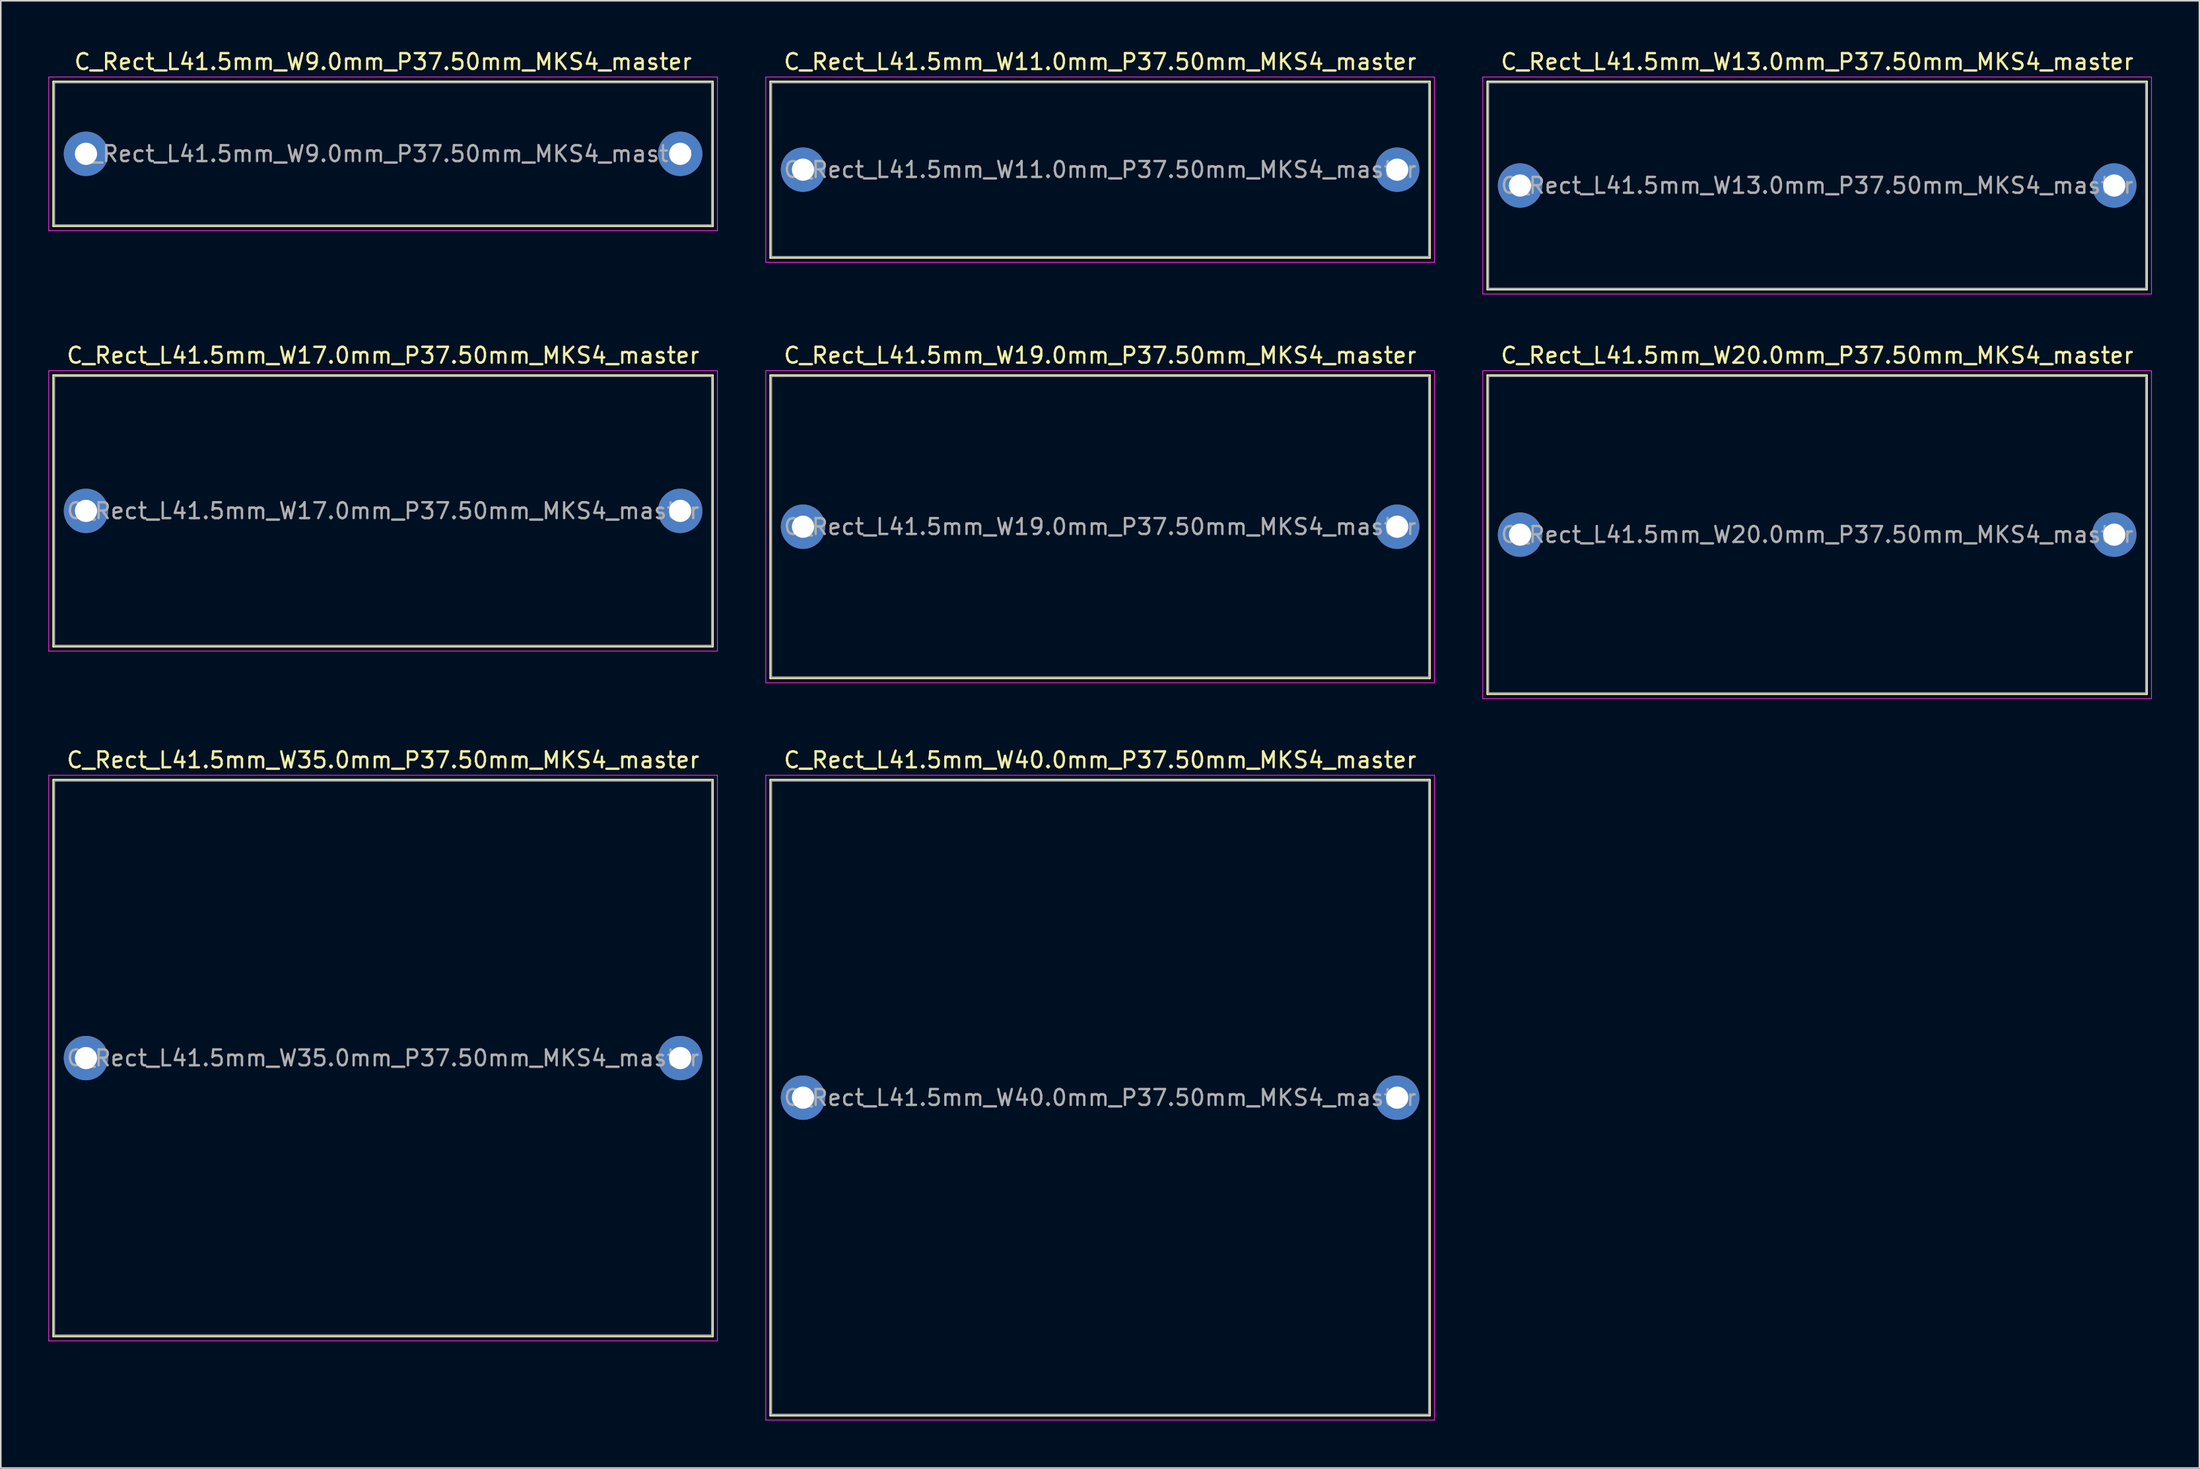
<source format=kicad_pcb>
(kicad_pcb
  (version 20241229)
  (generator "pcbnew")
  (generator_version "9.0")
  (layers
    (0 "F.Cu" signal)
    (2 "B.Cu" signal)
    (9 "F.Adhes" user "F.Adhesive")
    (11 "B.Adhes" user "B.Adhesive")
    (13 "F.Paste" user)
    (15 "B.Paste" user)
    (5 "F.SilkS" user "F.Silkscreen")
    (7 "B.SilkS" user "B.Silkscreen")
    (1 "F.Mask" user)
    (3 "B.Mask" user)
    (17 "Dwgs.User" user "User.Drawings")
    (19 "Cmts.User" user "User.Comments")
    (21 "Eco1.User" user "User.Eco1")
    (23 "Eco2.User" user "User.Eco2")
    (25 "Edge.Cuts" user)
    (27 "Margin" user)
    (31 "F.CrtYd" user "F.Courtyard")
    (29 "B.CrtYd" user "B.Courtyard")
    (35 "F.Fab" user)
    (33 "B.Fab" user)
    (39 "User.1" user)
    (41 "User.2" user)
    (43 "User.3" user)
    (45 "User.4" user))
  (footprint "C_Rect_L41.5mm_W35.0mm_P37.50mm_MKS4_master"
    (layer "F.Cu")
    (at 2.375 63.725)
    (property "Reference" "C_Rect_L41.5mm_W35.0mm_P37.50mm_MKS4_master" (at 18.75 -18.81 0) (layer "F.SilkS") (effects (font (size 1 1) (thickness 0.15))))
    (attr through_hole)
    (fp_line (start -2.06 -17.56) (end -2.06 17.56) (stroke (width 0.12) (type solid)) (layer "F.SilkS"))
    (fp_line (start -2.06 -17.56) (end 39.56 -17.56) (stroke (width 0.12) (type solid)) (layer "F.SilkS"))
    (fp_line (start -2.06 17.56) (end 39.56 17.56) (stroke (width 0.12) (type solid)) (layer "F.SilkS"))
    (fp_line (start 39.56 -17.56) (end 39.56 17.56) (stroke (width 0.12) (type solid)) (layer "F.SilkS"))
    (fp_line (start -2.35 -17.85) (end -2.35 17.85) (stroke (width 0.05) (type solid)) (layer "F.CrtYd"))
    (fp_line (start -2.35 17.85) (end 39.85 17.85) (stroke (width 0.05) (type solid)) (layer "F.CrtYd"))
    (fp_line (start 39.85 -17.85) (end -2.35 -17.85) (stroke (width 0.05) (type solid)) (layer "F.CrtYd"))
    (fp_line (start 39.85 17.85) (end 39.85 -17.85) (stroke (width 0.05) (type solid)) (layer "F.CrtYd"))
    (fp_line (start -2 -17.5) (end -2 17.5) (stroke (width 0.1) (type solid)) (layer "F.Fab"))
    (fp_line (start -2 17.5) (end 39.5 17.5) (stroke (width 0.1) (type solid)) (layer "F.Fab"))
    (fp_line (start 39.5 -17.5) (end -2 -17.5) (stroke (width 0.1) (type solid)) (layer "F.Fab"))
    (fp_line (start 39.5 17.5) (end 39.5 -17.5) (stroke (width 0.1) (type solid)) (layer "F.Fab"))
    (fp_text user "${REFERENCE}" (at 18.75 0 0) (layer "F.Fab") (effects (font (size 1 1) (thickness 0.15))))
    (pad "1" thru_hole circle (at 0 0) (size 2.8 2.8) (drill 1.4) (layers "*.Cu" "*.Mask"))
    (pad "2" thru_hole circle (at 37.5 0) (size 2.8 2.8) (drill 1.4) (layers "*.Cu" "*.Mask")))
  (footprint "C_Rect_L41.5mm_W19.0mm_P37.50mm_MKS4_master"
    (layer "F.Cu")
    (at 47.625 30.192)
    (property "Reference" "C_Rect_L41.5mm_W19.0mm_P37.50mm_MKS4_master" (at 18.75 -10.81 0) (layer "F.SilkS") (effects (font (size 1 1) (thickness 0.15))))
    (attr through_hole)
    (fp_line (start -2.06 -9.56) (end -2.06 9.56) (stroke (width 0.12) (type solid)) (layer "F.SilkS"))
    (fp_line (start -2.06 -9.56) (end 39.56 -9.56) (stroke (width 0.12) (type solid)) (layer "F.SilkS"))
    (fp_line (start -2.06 9.56) (end 39.56 9.56) (stroke (width 0.12) (type solid)) (layer "F.SilkS"))
    (fp_line (start 39.56 -9.56) (end 39.56 9.56) (stroke (width 0.12) (type solid)) (layer "F.SilkS"))
    (fp_line (start -2.35 -9.85) (end -2.35 9.85) (stroke (width 0.05) (type solid)) (layer "F.CrtYd"))
    (fp_line (start -2.35 9.85) (end 39.85 9.85) (stroke (width 0.05) (type solid)) (layer "F.CrtYd"))
    (fp_line (start 39.85 -9.85) (end -2.35 -9.85) (stroke (width 0.05) (type solid)) (layer "F.CrtYd"))
    (fp_line (start 39.85 9.85) (end 39.85 -9.85) (stroke (width 0.05) (type solid)) (layer "F.CrtYd"))
    (fp_line (start -2 -9.5) (end -2 9.5) (stroke (width 0.1) (type solid)) (layer "F.Fab"))
    (fp_line (start -2 9.5) (end 39.5 9.5) (stroke (width 0.1) (type solid)) (layer "F.Fab"))
    (fp_line (start 39.5 -9.5) (end -2 -9.5) (stroke (width 0.1) (type solid)) (layer "F.Fab"))
    (fp_line (start 39.5 9.5) (end 39.5 -9.5) (stroke (width 0.1) (type solid)) (layer "F.Fab"))
    (fp_text user "${REFERENCE}" (at 18.75 0 0) (layer "F.Fab") (effects (font (size 1 1) (thickness 0.15))))
    (pad "1" thru_hole circle (at 0 0) (size 2.8 2.8) (drill 1.4) (layers "*.Cu" "*.Mask"))
    (pad "2" thru_hole circle (at 37.5 0) (size 2.8 2.8) (drill 1.4) (layers "*.Cu" "*.Mask")))
  (footprint "C_Rect_L41.5mm_W17.0mm_P37.50mm_MKS4_master"
    (layer "F.Cu")
    (at 2.375 29.192)
    (property "Reference" "C_Rect_L41.5mm_W17.0mm_P37.50mm_MKS4_master" (at 18.75 -9.81 0) (layer "F.SilkS") (effects (font (size 1 1) (thickness 0.15))))
    (attr through_hole)
    (fp_line (start -2.06 -8.56) (end -2.06 8.56) (stroke (width 0.12) (type solid)) (layer "F.SilkS"))
    (fp_line (start -2.06 -8.56) (end 39.56 -8.56) (stroke (width 0.12) (type solid)) (layer "F.SilkS"))
    (fp_line (start -2.06 8.56) (end 39.56 8.56) (stroke (width 0.12) (type solid)) (layer "F.SilkS"))
    (fp_line (start 39.56 -8.56) (end 39.56 8.56) (stroke (width 0.12) (type solid)) (layer "F.SilkS"))
    (fp_line (start -2.35 -8.85) (end -2.35 8.85) (stroke (width 0.05) (type solid)) (layer "F.CrtYd"))
    (fp_line (start -2.35 8.85) (end 39.85 8.85) (stroke (width 0.05) (type solid)) (layer "F.CrtYd"))
    (fp_line (start 39.85 -8.85) (end -2.35 -8.85) (stroke (width 0.05) (type solid)) (layer "F.CrtYd"))
    (fp_line (start 39.85 8.85) (end 39.85 -8.85) (stroke (width 0.05) (type solid)) (layer "F.CrtYd"))
    (fp_line (start -2 -8.5) (end -2 8.5) (stroke (width 0.1) (type solid)) (layer "F.Fab"))
    (fp_line (start -2 8.5) (end 39.5 8.5) (stroke (width 0.1) (type solid)) (layer "F.Fab"))
    (fp_line (start 39.5 -8.5) (end -2 -8.5) (stroke (width 0.1) (type solid)) (layer "F.Fab"))
    (fp_line (start 39.5 8.5) (end 39.5 -8.5) (stroke (width 0.1) (type solid)) (layer "F.Fab"))
    (fp_text user "${REFERENCE}" (at 18.75 0 0) (layer "F.Fab") (effects (font (size 1 1) (thickness 0.15))))
    (pad "1" thru_hole circle (at 0 0) (size 2.8 2.8) (drill 1.4) (layers "*.Cu" "*.Mask"))
    (pad "2" thru_hole circle (at 37.5 0) (size 2.8 2.8) (drill 1.4) (layers "*.Cu" "*.Mask")))
  (footprint "C_Rect_L41.5mm_W13.0mm_P37.50mm_MKS4_master"
    (layer "F.Cu")
    (at 92.875 8.658)
    (property "Reference" "C_Rect_L41.5mm_W13.0mm_P37.50mm_MKS4_master" (at 18.75 -7.81 0) (layer "F.SilkS") (effects (font (size 1 1) (thickness 0.15))))
    (attr through_hole)
    (fp_line (start -2.06 -6.56) (end -2.06 6.56) (stroke (width 0.12) (type solid)) (layer "F.SilkS"))
    (fp_line (start -2.06 -6.56) (end 39.56 -6.56) (stroke (width 0.12) (type solid)) (layer "F.SilkS"))
    (fp_line (start -2.06 6.56) (end 39.56 6.56) (stroke (width 0.12) (type solid)) (layer "F.SilkS"))
    (fp_line (start 39.56 -6.56) (end 39.56 6.56) (stroke (width 0.12) (type solid)) (layer "F.SilkS"))
    (fp_line (start -2.35 -6.85) (end -2.35 6.85) (stroke (width 0.05) (type solid)) (layer "F.CrtYd"))
    (fp_line (start -2.35 6.85) (end 39.85 6.85) (stroke (width 0.05) (type solid)) (layer "F.CrtYd"))
    (fp_line (start 39.85 -6.85) (end -2.35 -6.85) (stroke (width 0.05) (type solid)) (layer "F.CrtYd"))
    (fp_line (start 39.85 6.85) (end 39.85 -6.85) (stroke (width 0.05) (type solid)) (layer "F.CrtYd"))
    (fp_line (start -2 -6.5) (end -2 6.5) (stroke (width 0.1) (type solid)) (layer "F.Fab"))
    (fp_line (start -2 6.5) (end 39.5 6.5) (stroke (width 0.1) (type solid)) (layer "F.Fab"))
    (fp_line (start 39.5 -6.5) (end -2 -6.5) (stroke (width 0.1) (type solid)) (layer "F.Fab"))
    (fp_line (start 39.5 6.5) (end 39.5 -6.5) (stroke (width 0.1) (type solid)) (layer "F.Fab"))
    (fp_text user "${REFERENCE}" (at 18.75 0 0) (layer "F.Fab") (effects (font (size 1 1) (thickness 0.15))))
    (pad "1" thru_hole circle (at 0 0) (size 2.8 2.8) (drill 1.4) (layers "*.Cu" "*.Mask"))
    (pad "2" thru_hole circle (at 37.5 0) (size 2.8 2.8) (drill 1.4) (layers "*.Cu" "*.Mask")))
  (footprint "C_Rect_L41.5mm_W20.0mm_P37.50mm_MKS4_master"
    (layer "F.Cu")
    (at 92.875 30.692)
    (property "Reference" "C_Rect_L41.5mm_W20.0mm_P37.50mm_MKS4_master" (at 18.75 -11.31 0) (layer "F.SilkS") (effects (font (size 1 1) (thickness 0.15))))
    (attr through_hole)
    (fp_line (start -2.06 -10.06) (end -2.06 10.06) (stroke (width 0.12) (type solid)) (layer "F.SilkS"))
    (fp_line (start -2.06 -10.06) (end 39.56 -10.06) (stroke (width 0.12) (type solid)) (layer "F.SilkS"))
    (fp_line (start -2.06 10.06) (end 39.56 10.06) (stroke (width 0.12) (type solid)) (layer "F.SilkS"))
    (fp_line (start 39.56 -10.06) (end 39.56 10.06) (stroke (width 0.12) (type solid)) (layer "F.SilkS"))
    (fp_line (start -2.35 -10.35) (end -2.35 10.35) (stroke (width 0.05) (type solid)) (layer "F.CrtYd"))
    (fp_line (start -2.35 10.35) (end 39.85 10.35) (stroke (width 0.05) (type solid)) (layer "F.CrtYd"))
    (fp_line (start 39.85 -10.35) (end -2.35 -10.35) (stroke (width 0.05) (type solid)) (layer "F.CrtYd"))
    (fp_line (start 39.85 10.35) (end 39.85 -10.35) (stroke (width 0.05) (type solid)) (layer "F.CrtYd"))
    (fp_line (start -2 -10) (end -2 10) (stroke (width 0.1) (type solid)) (layer "F.Fab"))
    (fp_line (start -2 10) (end 39.5 10) (stroke (width 0.1) (type solid)) (layer "F.Fab"))
    (fp_line (start 39.5 -10) (end -2 -10) (stroke (width 0.1) (type solid)) (layer "F.Fab"))
    (fp_line (start 39.5 10) (end 39.5 -10) (stroke (width 0.1) (type solid)) (layer "F.Fab"))
    (fp_text user "${REFERENCE}" (at 18.75 0 0) (layer "F.Fab") (effects (font (size 1 1) (thickness 0.15))))
    (pad "1" thru_hole circle (at 0 0) (size 2.8 2.8) (drill 1.4) (layers "*.Cu" "*.Mask"))
    (pad "2" thru_hole circle (at 37.5 0) (size 2.8 2.8) (drill 1.4) (layers "*.Cu" "*.Mask")))
  (footprint "C_Rect_L41.5mm_W9.0mm_P37.50mm_MKS4_master"
    (layer "F.Cu")
    (at 2.375 6.658)
    (property "Reference" "C_Rect_L41.5mm_W9.0mm_P37.50mm_MKS4_master" (at 18.75 -5.81 0) (layer "F.SilkS") (effects (font (size 1 1) (thickness 0.15))))
    (attr through_hole)
    (fp_line (start -2.06 -4.56) (end -2.06 4.56) (stroke (width 0.12) (type solid)) (layer "F.SilkS"))
    (fp_line (start -2.06 -4.56) (end 39.56 -4.56) (stroke (width 0.12) (type solid)) (layer "F.SilkS"))
    (fp_line (start -2.06 4.56) (end 39.56 4.56) (stroke (width 0.12) (type solid)) (layer "F.SilkS"))
    (fp_line (start 39.56 -4.56) (end 39.56 4.56) (stroke (width 0.12) (type solid)) (layer "F.SilkS"))
    (fp_line (start -2.35 -4.85) (end -2.35 4.85) (stroke (width 0.05) (type solid)) (layer "F.CrtYd"))
    (fp_line (start -2.35 4.85) (end 39.85 4.85) (stroke (width 0.05) (type solid)) (layer "F.CrtYd"))
    (fp_line (start 39.85 -4.85) (end -2.35 -4.85) (stroke (width 0.05) (type solid)) (layer "F.CrtYd"))
    (fp_line (start 39.85 4.85) (end 39.85 -4.85) (stroke (width 0.05) (type solid)) (layer "F.CrtYd"))
    (fp_line (start -2 -4.5) (end -2 4.5) (stroke (width 0.1) (type solid)) (layer "F.Fab"))
    (fp_line (start -2 4.5) (end 39.5 4.5) (stroke (width 0.1) (type solid)) (layer "F.Fab"))
    (fp_line (start 39.5 -4.5) (end -2 -4.5) (stroke (width 0.1) (type solid)) (layer "F.Fab"))
    (fp_line (start 39.5 4.5) (end 39.5 -4.5) (stroke (width 0.1) (type solid)) (layer "F.Fab"))
    (fp_text user "${REFERENCE}" (at 18.75 0 0) (layer "F.Fab") (effects (font (size 1 1) (thickness 0.15))))
    (pad "1" thru_hole circle (at 0 0) (size 2.8 2.8) (drill 1.4) (layers "*.Cu" "*.Mask"))
    (pad "2" thru_hole circle (at 37.5 0) (size 2.8 2.8) (drill 1.4) (layers "*.Cu" "*.Mask")))
  (footprint "C_Rect_L41.5mm_W40.0mm_P37.50mm_MKS4_master"
    (layer "F.Cu")
    (at 47.625 66.225)
    (property "Reference" "C_Rect_L41.5mm_W40.0mm_P37.50mm_MKS4_master" (at 18.75 -21.31 0) (layer "F.SilkS") (effects (font (size 1 1) (thickness 0.15))))
    (attr through_hole)
    (fp_line (start -2.06 -20.06) (end -2.06 20.06) (stroke (width 0.12) (type solid)) (layer "F.SilkS"))
    (fp_line (start -2.06 -20.06) (end 39.56 -20.06) (stroke (width 0.12) (type solid)) (layer "F.SilkS"))
    (fp_line (start -2.06 20.06) (end 39.56 20.06) (stroke (width 0.12) (type solid)) (layer "F.SilkS"))
    (fp_line (start 39.56 -20.06) (end 39.56 20.06) (stroke (width 0.12) (type solid)) (layer "F.SilkS"))
    (fp_line (start -2.35 -20.35) (end -2.35 20.35) (stroke (width 0.05) (type solid)) (layer "F.CrtYd"))
    (fp_line (start -2.35 20.35) (end 39.85 20.35) (stroke (width 0.05) (type solid)) (layer "F.CrtYd"))
    (fp_line (start 39.85 -20.35) (end -2.35 -20.35) (stroke (width 0.05) (type solid)) (layer "F.CrtYd"))
    (fp_line (start 39.85 20.35) (end 39.85 -20.35) (stroke (width 0.05) (type solid)) (layer "F.CrtYd"))
    (fp_line (start -2 -20) (end -2 20) (stroke (width 0.1) (type solid)) (layer "F.Fab"))
    (fp_line (start -2 20) (end 39.5 20) (stroke (width 0.1) (type solid)) (layer "F.Fab"))
    (fp_line (start 39.5 -20) (end -2 -20) (stroke (width 0.1) (type solid)) (layer "F.Fab"))
    (fp_line (start 39.5 20) (end 39.5 -20) (stroke (width 0.1) (type solid)) (layer "F.Fab"))
    (fp_text user "${REFERENCE}" (at 18.75 0 0) (layer "F.Fab") (effects (font (size 1 1) (thickness 0.15))))
    (pad "1" thru_hole circle (at 0 0) (size 2.8 2.8) (drill 1.4) (layers "*.Cu" "*.Mask"))
    (pad "2" thru_hole circle (at 37.5 0) (size 2.8 2.8) (drill 1.4) (layers "*.Cu" "*.Mask")))
  (footprint "C_Rect_L41.5mm_W11.0mm_P37.50mm_MKS4_master"
    (layer "F.Cu")
    (at 47.625 7.658)
    (property "Reference" "C_Rect_L41.5mm_W11.0mm_P37.50mm_MKS4_master" (at 18.75 -6.81 0) (layer "F.SilkS") (effects (font (size 1 1) (thickness 0.15))))
    (attr through_hole)
    (fp_line (start -2.06 -5.56) (end -2.06 5.56) (stroke (width 0.12) (type solid)) (layer "F.SilkS"))
    (fp_line (start -2.06 -5.56) (end 39.56 -5.56) (stroke (width 0.12) (type solid)) (layer "F.SilkS"))
    (fp_line (start -2.06 5.56) (end 39.56 5.56) (stroke (width 0.12) (type solid)) (layer "F.SilkS"))
    (fp_line (start 39.56 -5.56) (end 39.56 5.56) (stroke (width 0.12) (type solid)) (layer "F.SilkS"))
    (fp_line (start -2.35 -5.85) (end -2.35 5.85) (stroke (width 0.05) (type solid)) (layer "F.CrtYd"))
    (fp_line (start -2.35 5.85) (end 39.85 5.85) (stroke (width 0.05) (type solid)) (layer "F.CrtYd"))
    (fp_line (start 39.85 -5.85) (end -2.35 -5.85) (stroke (width 0.05) (type solid)) (layer "F.CrtYd"))
    (fp_line (start 39.85 5.85) (end 39.85 -5.85) (stroke (width 0.05) (type solid)) (layer "F.CrtYd"))
    (fp_line (start -2 -5.5) (end -2 5.5) (stroke (width 0.1) (type solid)) (layer "F.Fab"))
    (fp_line (start -2 5.5) (end 39.5 5.5) (stroke (width 0.1) (type solid)) (layer "F.Fab"))
    (fp_line (start 39.5 -5.5) (end -2 -5.5) (stroke (width 0.1) (type solid)) (layer "F.Fab"))
    (fp_line (start 39.5 5.5) (end 39.5 -5.5) (stroke (width 0.1) (type solid)) (layer "F.Fab"))
    (fp_text user "${REFERENCE}" (at 18.75 0 0) (layer "F.Fab") (effects (font (size 1 1) (thickness 0.15))))
    (pad "1" thru_hole circle (at 0 0) (size 2.8 2.8) (drill 1.4) (layers "*.Cu" "*.Mask"))
    (pad "2" thru_hole circle (at 37.5 0) (size 2.8 2.8) (drill 1.4) (layers "*.Cu" "*.Mask")))
  (gr_rect
    (start -3 -3)
    (end 135.75 89.6)
    (stroke (width 0.1) (type default))
    (fill no)
    (layer "Edge.Cuts")))
</source>
